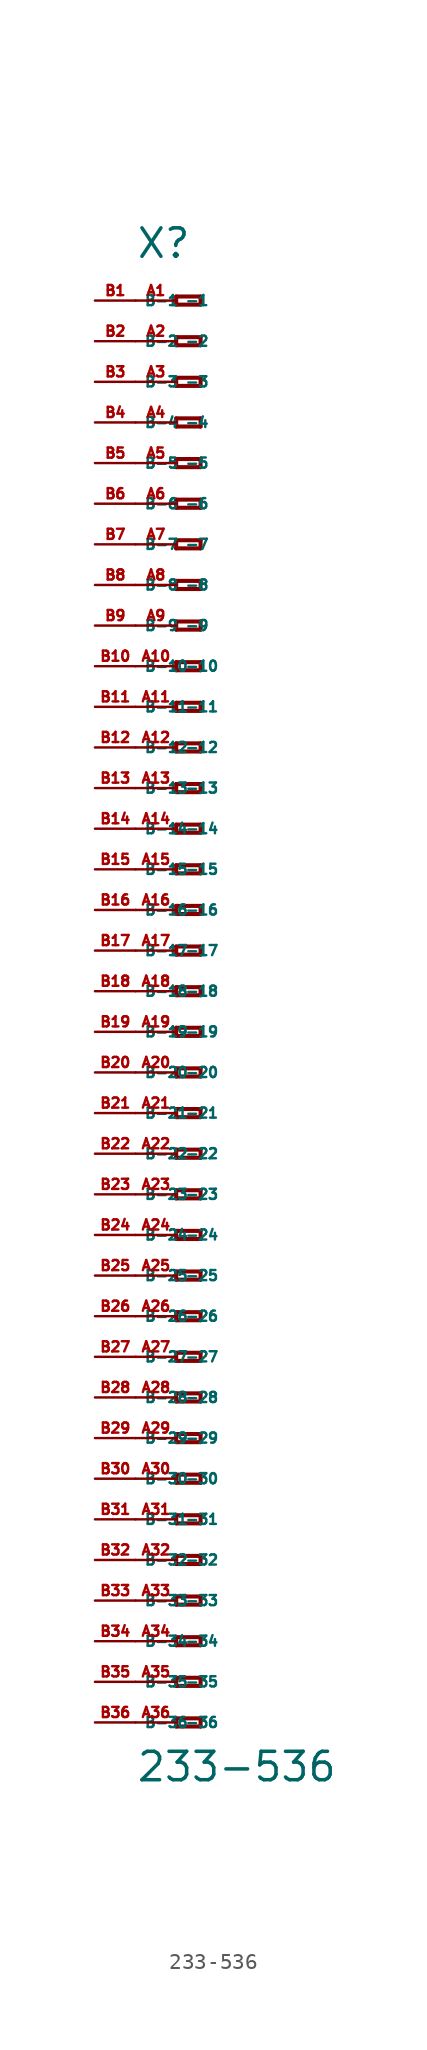
<source format=kicad_sym>
(kicad_symbol_lib
  (version 20220914)
  (generator Eagle2Kicad)
  (symbol "233-536"
    (property "Reference" "X"
      (at -5.08 45.72 0)
      (effects (font (size 1.778 1.778) (thickness 0.22)) (justify left bottom)))
    (property "Value" "233-536"
      (at -5.08 -49.53 0)
      (effects (font (size 1.778 1.778) (thickness 0.22)) (justify left bottom)))
    (polyline
      (pts (xy -2.54 43.434) (xy -2.54 42.926))
      (stroke (width 0.254) (type default))
      (fill (type none)))
    (polyline
      (pts (xy -2.54 42.926) (xy -1.016 42.926))
      (stroke (width 0.254) (type default))
      (fill (type none)))
    (polyline
      (pts (xy -1.016 42.926) (xy -1.016 43.434))
      (stroke (width 0.254) (type default))
      (fill (type none)))
    (polyline
      (pts (xy -1.016 43.434) (xy -2.54 43.434))
      (stroke (width 0.254) (type default))
      (fill (type none)))
    (polyline
      (pts (xy -2.54 40.894) (xy -2.54 40.386))
      (stroke (width 0.254) (type default))
      (fill (type none)))
    (polyline
      (pts (xy -2.54 40.386) (xy -1.016 40.386))
      (stroke (width 0.254) (type default))
      (fill (type none)))
    (polyline
      (pts (xy -1.016 40.386) (xy -1.016 40.894))
      (stroke (width 0.254) (type default))
      (fill (type none)))
    (polyline
      (pts (xy -1.016 40.894) (xy -2.54 40.894))
      (stroke (width 0.254) (type default))
      (fill (type none)))
    (polyline
      (pts (xy -2.54 38.354) (xy -2.54 37.846))
      (stroke (width 0.254) (type default))
      (fill (type none)))
    (polyline
      (pts (xy -2.54 37.846) (xy -1.016 37.846))
      (stroke (width 0.254) (type default))
      (fill (type none)))
    (polyline
      (pts (xy -1.016 37.846) (xy -1.016 38.354))
      (stroke (width 0.254) (type default))
      (fill (type none)))
    (polyline
      (pts (xy -1.016 38.354) (xy -2.54 38.354))
      (stroke (width 0.254) (type default))
      (fill (type none)))
    (polyline
      (pts (xy -2.54 35.814) (xy -2.54 35.306))
      (stroke (width 0.254) (type default))
      (fill (type none)))
    (polyline
      (pts (xy -2.54 35.306) (xy -1.016 35.306))
      (stroke (width 0.254) (type default))
      (fill (type none)))
    (polyline
      (pts (xy -1.016 35.306) (xy -1.016 35.814))
      (stroke (width 0.254) (type default))
      (fill (type none)))
    (polyline
      (pts (xy -1.016 35.814) (xy -2.54 35.814))
      (stroke (width 0.254) (type default))
      (fill (type none)))
    (polyline
      (pts (xy -2.54 33.274) (xy -2.54 32.766))
      (stroke (width 0.254) (type default))
      (fill (type none)))
    (polyline
      (pts (xy -2.54 32.766) (xy -1.016 32.766))
      (stroke (width 0.254) (type default))
      (fill (type none)))
    (polyline
      (pts (xy -1.016 32.766) (xy -1.016 33.274))
      (stroke (width 0.254) (type default))
      (fill (type none)))
    (polyline
      (pts (xy -1.016 33.274) (xy -2.54 33.274))
      (stroke (width 0.254) (type default))
      (fill (type none)))
    (polyline
      (pts (xy -2.54 30.734) (xy -2.54 30.226))
      (stroke (width 0.254) (type default))
      (fill (type none)))
    (polyline
      (pts (xy -2.54 30.226) (xy -1.016 30.226))
      (stroke (width 0.254) (type default))
      (fill (type none)))
    (polyline
      (pts (xy -1.016 30.226) (xy -1.016 30.734))
      (stroke (width 0.254) (type default))
      (fill (type none)))
    (polyline
      (pts (xy -1.016 30.734) (xy -2.54 30.734))
      (stroke (width 0.254) (type default))
      (fill (type none)))
    (polyline
      (pts (xy -2.54 28.194) (xy -2.54 27.686))
      (stroke (width 0.254) (type default))
      (fill (type none)))
    (polyline
      (pts (xy -2.54 27.686) (xy -1.016 27.686))
      (stroke (width 0.254) (type default))
      (fill (type none)))
    (polyline
      (pts (xy -1.016 27.686) (xy -1.016 28.194))
      (stroke (width 0.254) (type default))
      (fill (type none)))
    (polyline
      (pts (xy -1.016 28.194) (xy -2.54 28.194))
      (stroke (width 0.254) (type default))
      (fill (type none)))
    (polyline
      (pts (xy -2.54 25.654) (xy -2.54 25.146))
      (stroke (width 0.254) (type default))
      (fill (type none)))
    (polyline
      (pts (xy -2.54 25.146) (xy -1.016 25.146))
      (stroke (width 0.254) (type default))
      (fill (type none)))
    (polyline
      (pts (xy -1.016 25.146) (xy -1.016 25.654))
      (stroke (width 0.254) (type default))
      (fill (type none)))
    (polyline
      (pts (xy -1.016 25.654) (xy -2.54 25.654))
      (stroke (width 0.254) (type default))
      (fill (type none)))
    (polyline
      (pts (xy -2.54 23.114) (xy -2.54 22.606))
      (stroke (width 0.254) (type default))
      (fill (type none)))
    (polyline
      (pts (xy -2.54 22.606) (xy -1.016 22.606))
      (stroke (width 0.254) (type default))
      (fill (type none)))
    (polyline
      (pts (xy -1.016 22.606) (xy -1.016 23.114))
      (stroke (width 0.254) (type default))
      (fill (type none)))
    (polyline
      (pts (xy -1.016 23.114) (xy -2.54 23.114))
      (stroke (width 0.254) (type default))
      (fill (type none)))
    (polyline
      (pts (xy -2.54 20.574) (xy -2.54 20.066))
      (stroke (width 0.254) (type default))
      (fill (type none)))
    (polyline
      (pts (xy -2.54 20.066) (xy -1.016 20.066))
      (stroke (width 0.254) (type default))
      (fill (type none)))
    (polyline
      (pts (xy -1.016 20.066) (xy -1.016 20.574))
      (stroke (width 0.254) (type default))
      (fill (type none)))
    (polyline
      (pts (xy -1.016 20.574) (xy -2.54 20.574))
      (stroke (width 0.254) (type default))
      (fill (type none)))
    (polyline
      (pts (xy -2.54 18.034) (xy -2.54 17.526))
      (stroke (width 0.254) (type default))
      (fill (type none)))
    (polyline
      (pts (xy -2.54 17.526) (xy -1.016 17.526))
      (stroke (width 0.254) (type default))
      (fill (type none)))
    (polyline
      (pts (xy -1.016 17.526) (xy -1.016 18.034))
      (stroke (width 0.254) (type default))
      (fill (type none)))
    (polyline
      (pts (xy -1.016 18.034) (xy -2.54 18.034))
      (stroke (width 0.254) (type default))
      (fill (type none)))
    (polyline
      (pts (xy -2.54 15.494) (xy -2.54 14.986))
      (stroke (width 0.254) (type default))
      (fill (type none)))
    (polyline
      (pts (xy -2.54 14.986) (xy -1.016 14.986))
      (stroke (width 0.254) (type default))
      (fill (type none)))
    (polyline
      (pts (xy -1.016 14.986) (xy -1.016 15.494))
      (stroke (width 0.254) (type default))
      (fill (type none)))
    (polyline
      (pts (xy -1.016 15.494) (xy -2.54 15.494))
      (stroke (width 0.254) (type default))
      (fill (type none)))
    (polyline
      (pts (xy -2.54 12.954) (xy -2.54 12.446))
      (stroke (width 0.254) (type default))
      (fill (type none)))
    (polyline
      (pts (xy -2.54 12.446) (xy -1.016 12.446))
      (stroke (width 0.254) (type default))
      (fill (type none)))
    (polyline
      (pts (xy -1.016 12.446) (xy -1.016 12.954))
      (stroke (width 0.254) (type default))
      (fill (type none)))
    (polyline
      (pts (xy -1.016 12.954) (xy -2.54 12.954))
      (stroke (width 0.254) (type default))
      (fill (type none)))
    (polyline
      (pts (xy -2.54 10.414) (xy -2.54 9.906))
      (stroke (width 0.254) (type default))
      (fill (type none)))
    (polyline
      (pts (xy -2.54 9.906) (xy -1.016 9.906))
      (stroke (width 0.254) (type default))
      (fill (type none)))
    (polyline
      (pts (xy -1.016 9.906) (xy -1.016 10.414))
      (stroke (width 0.254) (type default))
      (fill (type none)))
    (polyline
      (pts (xy -1.016 10.414) (xy -2.54 10.414))
      (stroke (width 0.254) (type default))
      (fill (type none)))
    (polyline
      (pts (xy -2.54 7.874) (xy -2.54 7.366))
      (stroke (width 0.254) (type default))
      (fill (type none)))
    (polyline
      (pts (xy -2.54 7.366) (xy -1.016 7.366))
      (stroke (width 0.254) (type default))
      (fill (type none)))
    (polyline
      (pts (xy -1.016 7.366) (xy -1.016 7.874))
      (stroke (width 0.254) (type default))
      (fill (type none)))
    (polyline
      (pts (xy -1.016 7.874) (xy -2.54 7.874))
      (stroke (width 0.254) (type default))
      (fill (type none)))
    (polyline
      (pts (xy -2.54 5.334) (xy -2.54 4.826))
      (stroke (width 0.254) (type default))
      (fill (type none)))
    (polyline
      (pts (xy -2.54 4.826) (xy -1.016 4.826))
      (stroke (width 0.254) (type default))
      (fill (type none)))
    (polyline
      (pts (xy -1.016 4.826) (xy -1.016 5.334))
      (stroke (width 0.254) (type default))
      (fill (type none)))
    (polyline
      (pts (xy -1.016 5.334) (xy -2.54 5.334))
      (stroke (width 0.254) (type default))
      (fill (type none)))
    (polyline
      (pts (xy -2.54 2.794) (xy -2.54 2.286))
      (stroke (width 0.254) (type default))
      (fill (type none)))
    (polyline
      (pts (xy -2.54 2.286) (xy -1.016 2.286))
      (stroke (width 0.254) (type default))
      (fill (type none)))
    (polyline
      (pts (xy -1.016 2.286) (xy -1.016 2.794))
      (stroke (width 0.254) (type default))
      (fill (type none)))
    (polyline
      (pts (xy -1.016 2.794) (xy -2.54 2.794))
      (stroke (width 0.254) (type default))
      (fill (type none)))
    (polyline
      (pts (xy -2.54 0.254) (xy -2.54 -0.254))
      (stroke (width 0.254) (type default))
      (fill (type none)))
    (polyline
      (pts (xy -2.54 -0.254) (xy -1.016 -0.254))
      (stroke (width 0.254) (type default))
      (fill (type none)))
    (polyline
      (pts (xy -1.016 -0.254) (xy -1.016 0.254))
      (stroke (width 0.254) (type default))
      (fill (type none)))
    (polyline
      (pts (xy -1.016 0.254) (xy -2.54 0.254))
      (stroke (width 0.254) (type default))
      (fill (type none)))
    (polyline
      (pts (xy -2.54 -2.286) (xy -2.54 -2.794))
      (stroke (width 0.254) (type default))
      (fill (type none)))
    (polyline
      (pts (xy -2.54 -2.794) (xy -1.016 -2.794))
      (stroke (width 0.254) (type default))
      (fill (type none)))
    (polyline
      (pts (xy -1.016 -2.794) (xy -1.016 -2.286))
      (stroke (width 0.254) (type default))
      (fill (type none)))
    (polyline
      (pts (xy -1.016 -2.286) (xy -2.54 -2.286))
      (stroke (width 0.254) (type default))
      (fill (type none)))
    (polyline
      (pts (xy -2.54 -4.826) (xy -2.54 -5.334))
      (stroke (width 0.254) (type default))
      (fill (type none)))
    (polyline
      (pts (xy -2.54 -5.334) (xy -1.016 -5.334))
      (stroke (width 0.254) (type default))
      (fill (type none)))
    (polyline
      (pts (xy -1.016 -5.334) (xy -1.016 -4.826))
      (stroke (width 0.254) (type default))
      (fill (type none)))
    (polyline
      (pts (xy -1.016 -4.826) (xy -2.54 -4.826))
      (stroke (width 0.254) (type default))
      (fill (type none)))
    (polyline
      (pts (xy -2.54 -7.366) (xy -2.54 -7.874))
      (stroke (width 0.254) (type default))
      (fill (type none)))
    (polyline
      (pts (xy -2.54 -7.874) (xy -1.016 -7.874))
      (stroke (width 0.254) (type default))
      (fill (type none)))
    (polyline
      (pts (xy -1.016 -7.874) (xy -1.016 -7.366))
      (stroke (width 0.254) (type default))
      (fill (type none)))
    (polyline
      (pts (xy -1.016 -7.366) (xy -2.54 -7.366))
      (stroke (width 0.254) (type default))
      (fill (type none)))
    (polyline
      (pts (xy -2.54 -9.906) (xy -2.54 -10.414))
      (stroke (width 0.254) (type default))
      (fill (type none)))
    (polyline
      (pts (xy -2.54 -10.414) (xy -1.016 -10.414))
      (stroke (width 0.254) (type default))
      (fill (type none)))
    (polyline
      (pts (xy -1.016 -10.414) (xy -1.016 -9.906))
      (stroke (width 0.254) (type default))
      (fill (type none)))
    (polyline
      (pts (xy -1.016 -9.906) (xy -2.54 -9.906))
      (stroke (width 0.254) (type default))
      (fill (type none)))
    (polyline
      (pts (xy -2.54 -12.446) (xy -2.54 -12.954))
      (stroke (width 0.254) (type default))
      (fill (type none)))
    (polyline
      (pts (xy -2.54 -12.954) (xy -1.016 -12.954))
      (stroke (width 0.254) (type default))
      (fill (type none)))
    (polyline
      (pts (xy -1.016 -12.954) (xy -1.016 -12.446))
      (stroke (width 0.254) (type default))
      (fill (type none)))
    (polyline
      (pts (xy -1.016 -12.446) (xy -2.54 -12.446))
      (stroke (width 0.254) (type default))
      (fill (type none)))
    (polyline
      (pts (xy -2.54 -14.986) (xy -2.54 -15.494))
      (stroke (width 0.254) (type default))
      (fill (type none)))
    (polyline
      (pts (xy -2.54 -15.494) (xy -1.016 -15.494))
      (stroke (width 0.254) (type default))
      (fill (type none)))
    (polyline
      (pts (xy -1.016 -15.494) (xy -1.016 -14.986))
      (stroke (width 0.254) (type default))
      (fill (type none)))
    (polyline
      (pts (xy -1.016 -14.986) (xy -2.54 -14.986))
      (stroke (width 0.254) (type default))
      (fill (type none)))
    (polyline
      (pts (xy -2.54 -17.526) (xy -2.54 -18.034))
      (stroke (width 0.254) (type default))
      (fill (type none)))
    (polyline
      (pts (xy -2.54 -18.034) (xy -1.016 -18.034))
      (stroke (width 0.254) (type default))
      (fill (type none)))
    (polyline
      (pts (xy -1.016 -18.034) (xy -1.016 -17.526))
      (stroke (width 0.254) (type default))
      (fill (type none)))
    (polyline
      (pts (xy -1.016 -17.526) (xy -2.54 -17.526))
      (stroke (width 0.254) (type default))
      (fill (type none)))
    (polyline
      (pts (xy -2.54 -20.066) (xy -2.54 -20.574))
      (stroke (width 0.254) (type default))
      (fill (type none)))
    (polyline
      (pts (xy -2.54 -20.574) (xy -1.016 -20.574))
      (stroke (width 0.254) (type default))
      (fill (type none)))
    (polyline
      (pts (xy -1.016 -20.574) (xy -1.016 -20.066))
      (stroke (width 0.254) (type default))
      (fill (type none)))
    (polyline
      (pts (xy -1.016 -20.066) (xy -2.54 -20.066))
      (stroke (width 0.254) (type default))
      (fill (type none)))
    (polyline
      (pts (xy -2.54 -22.606) (xy -2.54 -23.114))
      (stroke (width 0.254) (type default))
      (fill (type none)))
    (polyline
      (pts (xy -2.54 -23.114) (xy -1.016 -23.114))
      (stroke (width 0.254) (type default))
      (fill (type none)))
    (polyline
      (pts (xy -1.016 -23.114) (xy -1.016 -22.606))
      (stroke (width 0.254) (type default))
      (fill (type none)))
    (polyline
      (pts (xy -1.016 -22.606) (xy -2.54 -22.606))
      (stroke (width 0.254) (type default))
      (fill (type none)))
    (polyline
      (pts (xy -2.54 -25.146) (xy -2.54 -25.654))
      (stroke (width 0.254) (type default))
      (fill (type none)))
    (polyline
      (pts (xy -2.54 -25.654) (xy -1.016 -25.654))
      (stroke (width 0.254) (type default))
      (fill (type none)))
    (polyline
      (pts (xy -1.016 -25.654) (xy -1.016 -25.146))
      (stroke (width 0.254) (type default))
      (fill (type none)))
    (polyline
      (pts (xy -1.016 -25.146) (xy -2.54 -25.146))
      (stroke (width 0.254) (type default))
      (fill (type none)))
    (polyline
      (pts (xy -2.54 -27.686) (xy -2.54 -28.194))
      (stroke (width 0.254) (type default))
      (fill (type none)))
    (polyline
      (pts (xy -2.54 -28.194) (xy -1.016 -28.194))
      (stroke (width 0.254) (type default))
      (fill (type none)))
    (polyline
      (pts (xy -1.016 -28.194) (xy -1.016 -27.686))
      (stroke (width 0.254) (type default))
      (fill (type none)))
    (polyline
      (pts (xy -1.016 -27.686) (xy -2.54 -27.686))
      (stroke (width 0.254) (type default))
      (fill (type none)))
    (polyline
      (pts (xy -2.54 -30.226) (xy -2.54 -30.734))
      (stroke (width 0.254) (type default))
      (fill (type none)))
    (polyline
      (pts (xy -2.54 -30.734) (xy -1.016 -30.734))
      (stroke (width 0.254) (type default))
      (fill (type none)))
    (polyline
      (pts (xy -1.016 -30.734) (xy -1.016 -30.226))
      (stroke (width 0.254) (type default))
      (fill (type none)))
    (polyline
      (pts (xy -1.016 -30.226) (xy -2.54 -30.226))
      (stroke (width 0.254) (type default))
      (fill (type none)))
    (polyline
      (pts (xy -2.54 -32.766) (xy -2.54 -33.274))
      (stroke (width 0.254) (type default))
      (fill (type none)))
    (polyline
      (pts (xy -2.54 -33.274) (xy -1.016 -33.274))
      (stroke (width 0.254) (type default))
      (fill (type none)))
    (polyline
      (pts (xy -1.016 -33.274) (xy -1.016 -32.766))
      (stroke (width 0.254) (type default))
      (fill (type none)))
    (polyline
      (pts (xy -1.016 -32.766) (xy -2.54 -32.766))
      (stroke (width 0.254) (type default))
      (fill (type none)))
    (polyline
      (pts (xy -2.54 -35.306) (xy -2.54 -35.814))
      (stroke (width 0.254) (type default))
      (fill (type none)))
    (polyline
      (pts (xy -2.54 -35.814) (xy -1.016 -35.814))
      (stroke (width 0.254) (type default))
      (fill (type none)))
    (polyline
      (pts (xy -1.016 -35.814) (xy -1.016 -35.306))
      (stroke (width 0.254) (type default))
      (fill (type none)))
    (polyline
      (pts (xy -1.016 -35.306) (xy -2.54 -35.306))
      (stroke (width 0.254) (type default))
      (fill (type none)))
    (polyline
      (pts (xy -2.54 -37.846) (xy -2.54 -38.354))
      (stroke (width 0.254) (type default))
      (fill (type none)))
    (polyline
      (pts (xy -2.54 -38.354) (xy -1.016 -38.354))
      (stroke (width 0.254) (type default))
      (fill (type none)))
    (polyline
      (pts (xy -1.016 -38.354) (xy -1.016 -37.846))
      (stroke (width 0.254) (type default))
      (fill (type none)))
    (polyline
      (pts (xy -1.016 -37.846) (xy -2.54 -37.846))
      (stroke (width 0.254) (type default))
      (fill (type none)))
    (polyline
      (pts (xy -2.54 -40.386) (xy -2.54 -40.894))
      (stroke (width 0.254) (type default))
      (fill (type none)))
    (polyline
      (pts (xy -2.54 -40.894) (xy -1.016 -40.894))
      (stroke (width 0.254) (type default))
      (fill (type none)))
    (polyline
      (pts (xy -1.016 -40.894) (xy -1.016 -40.386))
      (stroke (width 0.254) (type default))
      (fill (type none)))
    (polyline
      (pts (xy -1.016 -40.386) (xy -2.54 -40.386))
      (stroke (width 0.254) (type default))
      (fill (type none)))
    (polyline
      (pts (xy -2.54 -42.926) (xy -2.54 -43.434))
      (stroke (width 0.254) (type default))
      (fill (type none)))
    (polyline
      (pts (xy -2.54 -43.434) (xy -1.016 -43.434))
      (stroke (width 0.254) (type default))
      (fill (type none)))
    (polyline
      (pts (xy -1.016 -43.434) (xy -1.016 -42.926))
      (stroke (width 0.254) (type default))
      (fill (type none)))
    (polyline
      (pts (xy -1.016 -42.926) (xy -2.54 -42.926))
      (stroke (width 0.254) (type default))
      (fill (type none)))
    (polyline
      (pts (xy -2.54 -45.466) (xy -2.54 -45.974))
      (stroke (width 0.254) (type default))
      (fill (type none)))
    (polyline
      (pts (xy -2.54 -45.974) (xy -1.016 -45.974))
      (stroke (width 0.254) (type default))
      (fill (type none)))
    (polyline
      (pts (xy -1.016 -45.974) (xy -1.016 -45.466))
      (stroke (width 0.254) (type default))
      (fill (type none)))
    (polyline
      (pts (xy -1.016 -45.466) (xy -2.54 -45.466))
      (stroke (width 0.254) (type default))
      (fill (type none)))
    (pin passive line
      (at -5.08 43.18 0)
      (length 2.54)
      (name "-1" (effects (font (size 0.635 0.635) (thickness 0.08)) (justify left bottom)))
      (number "A1" (effects (font (size 0.635 0.635) (thickness 0.08)) (justify left bottom))))
    (pin passive line
      (at -5.08 40.64 0)
      (length 2.54)
      (name "-2" (effects (font (size 0.635 0.635) (thickness 0.08)) (justify left bottom)))
      (number "A2" (effects (font (size 0.635 0.635) (thickness 0.08)) (justify left bottom))))
    (pin passive line
      (at -5.08 38.1 0)
      (length 2.54)
      (name "-3" (effects (font (size 0.635 0.635) (thickness 0.08)) (justify left bottom)))
      (number "A3" (effects (font (size 0.635 0.635) (thickness 0.08)) (justify left bottom))))
    (pin passive line
      (at -5.08 35.56 0)
      (length 2.54)
      (name "-4" (effects (font (size 0.635 0.635) (thickness 0.08)) (justify left bottom)))
      (number "A4" (effects (font (size 0.635 0.635) (thickness 0.08)) (justify left bottom))))
    (pin passive line
      (at -5.08 33.02 0)
      (length 2.54)
      (name "-5" (effects (font (size 0.635 0.635) (thickness 0.08)) (justify left bottom)))
      (number "A5" (effects (font (size 0.635 0.635) (thickness 0.08)) (justify left bottom))))
    (pin passive line
      (at -5.08 30.48 0)
      (length 2.54)
      (name "-6" (effects (font (size 0.635 0.635) (thickness 0.08)) (justify left bottom)))
      (number "A6" (effects (font (size 0.635 0.635) (thickness 0.08)) (justify left bottom))))
    (pin passive line
      (at -5.08 27.94 0)
      (length 2.54)
      (name "-7" (effects (font (size 0.635 0.635) (thickness 0.08)) (justify left bottom)))
      (number "A7" (effects (font (size 0.635 0.635) (thickness 0.08)) (justify left bottom))))
    (pin passive line
      (at -5.08 25.4 0)
      (length 2.54)
      (name "-8" (effects (font (size 0.635 0.635) (thickness 0.08)) (justify left bottom)))
      (number "A8" (effects (font (size 0.635 0.635) (thickness 0.08)) (justify left bottom))))
    (pin passive line
      (at -5.08 22.86 0)
      (length 2.54)
      (name "-9" (effects (font (size 0.635 0.635) (thickness 0.08)) (justify left bottom)))
      (number "A9" (effects (font (size 0.635 0.635) (thickness 0.08)) (justify left bottom))))
    (pin passive line
      (at -5.08 20.32 0)
      (length 2.54)
      (name "-10" (effects (font (size 0.635 0.635) (thickness 0.08)) (justify left bottom)))
      (number "A10" (effects (font (size 0.635 0.635) (thickness 0.08)) (justify left bottom))))
    (pin passive line
      (at -5.08 17.78 0)
      (length 2.54)
      (name "-11" (effects (font (size 0.635 0.635) (thickness 0.08)) (justify left bottom)))
      (number "A11" (effects (font (size 0.635 0.635) (thickness 0.08)) (justify left bottom))))
    (pin passive line
      (at -5.08 15.24 0)
      (length 2.54)
      (name "-12" (effects (font (size 0.635 0.635) (thickness 0.08)) (justify left bottom)))
      (number "A12" (effects (font (size 0.635 0.635) (thickness 0.08)) (justify left bottom))))
    (pin passive line
      (at -5.08 12.7 0)
      (length 2.54)
      (name "-13" (effects (font (size 0.635 0.635) (thickness 0.08)) (justify left bottom)))
      (number "A13" (effects (font (size 0.635 0.635) (thickness 0.08)) (justify left bottom))))
    (pin passive line
      (at -5.08 10.16 0)
      (length 2.54)
      (name "-14" (effects (font (size 0.635 0.635) (thickness 0.08)) (justify left bottom)))
      (number "A14" (effects (font (size 0.635 0.635) (thickness 0.08)) (justify left bottom))))
    (pin passive line
      (at -5.08 7.62 0)
      (length 2.54)
      (name "-15" (effects (font (size 0.635 0.635) (thickness 0.08)) (justify left bottom)))
      (number "A15" (effects (font (size 0.635 0.635) (thickness 0.08)) (justify left bottom))))
    (pin passive line
      (at -5.08 5.08 0)
      (length 2.54)
      (name "-16" (effects (font (size 0.635 0.635) (thickness 0.08)) (justify left bottom)))
      (number "A16" (effects (font (size 0.635 0.635) (thickness 0.08)) (justify left bottom))))
    (pin passive line
      (at -5.08 2.54 0)
      (length 2.54)
      (name "-17" (effects (font (size 0.635 0.635) (thickness 0.08)) (justify left bottom)))
      (number "A17" (effects (font (size 0.635 0.635) (thickness 0.08)) (justify left bottom))))
    (pin passive line
      (at -5.08 0 0)
      (length 2.54)
      (name "-18" (effects (font (size 0.635 0.635) (thickness 0.08)) (justify left bottom)))
      (number "A18" (effects (font (size 0.635 0.635) (thickness 0.08)) (justify left bottom))))
    (pin passive line
      (at -5.08 -2.54 0)
      (length 2.54)
      (name "-19" (effects (font (size 0.635 0.635) (thickness 0.08)) (justify left bottom)))
      (number "A19" (effects (font (size 0.635 0.635) (thickness 0.08)) (justify left bottom))))
    (pin passive line
      (at -5.08 -5.08 0)
      (length 2.54)
      (name "-20" (effects (font (size 0.635 0.635) (thickness 0.08)) (justify left bottom)))
      (number "A20" (effects (font (size 0.635 0.635) (thickness 0.08)) (justify left bottom))))
    (pin passive line
      (at -5.08 -7.62 0)
      (length 2.54)
      (name "-21" (effects (font (size 0.635 0.635) (thickness 0.08)) (justify left bottom)))
      (number "A21" (effects (font (size 0.635 0.635) (thickness 0.08)) (justify left bottom))))
    (pin passive line
      (at -5.08 -10.16 0)
      (length 2.54)
      (name "-22" (effects (font (size 0.635 0.635) (thickness 0.08)) (justify left bottom)))
      (number "A22" (effects (font (size 0.635 0.635) (thickness 0.08)) (justify left bottom))))
    (pin passive line
      (at -5.08 -12.7 0)
      (length 2.54)
      (name "-23" (effects (font (size 0.635 0.635) (thickness 0.08)) (justify left bottom)))
      (number "A23" (effects (font (size 0.635 0.635) (thickness 0.08)) (justify left bottom))))
    (pin passive line
      (at -5.08 -15.24 0)
      (length 2.54)
      (name "-24" (effects (font (size 0.635 0.635) (thickness 0.08)) (justify left bottom)))
      (number "A24" (effects (font (size 0.635 0.635) (thickness 0.08)) (justify left bottom))))
    (pin passive line
      (at -5.08 -17.78 0)
      (length 2.54)
      (name "-25" (effects (font (size 0.635 0.635) (thickness 0.08)) (justify left bottom)))
      (number "A25" (effects (font (size 0.635 0.635) (thickness 0.08)) (justify left bottom))))
    (pin passive line
      (at -5.08 -20.32 0)
      (length 2.54)
      (name "-26" (effects (font (size 0.635 0.635) (thickness 0.08)) (justify left bottom)))
      (number "A26" (effects (font (size 0.635 0.635) (thickness 0.08)) (justify left bottom))))
    (pin passive line
      (at -5.08 -22.86 0)
      (length 2.54)
      (name "-27" (effects (font (size 0.635 0.635) (thickness 0.08)) (justify left bottom)))
      (number "A27" (effects (font (size 0.635 0.635) (thickness 0.08)) (justify left bottom))))
    (pin passive line
      (at -5.08 -25.4 0)
      (length 2.54)
      (name "-28" (effects (font (size 0.635 0.635) (thickness 0.08)) (justify left bottom)))
      (number "A28" (effects (font (size 0.635 0.635) (thickness 0.08)) (justify left bottom))))
    (pin passive line
      (at -5.08 -27.94 0)
      (length 2.54)
      (name "-29" (effects (font (size 0.635 0.635) (thickness 0.08)) (justify left bottom)))
      (number "A29" (effects (font (size 0.635 0.635) (thickness 0.08)) (justify left bottom))))
    (pin passive line
      (at -5.08 -30.48 0)
      (length 2.54)
      (name "-30" (effects (font (size 0.635 0.635) (thickness 0.08)) (justify left bottom)))
      (number "A30" (effects (font (size 0.635 0.635) (thickness 0.08)) (justify left bottom))))
    (pin passive line
      (at -5.08 -33.02 0)
      (length 2.54)
      (name "-31" (effects (font (size 0.635 0.635) (thickness 0.08)) (justify left bottom)))
      (number "A31" (effects (font (size 0.635 0.635) (thickness 0.08)) (justify left bottom))))
    (pin passive line
      (at -5.08 -35.56 0)
      (length 2.54)
      (name "-32" (effects (font (size 0.635 0.635) (thickness 0.08)) (justify left bottom)))
      (number "A32" (effects (font (size 0.635 0.635) (thickness 0.08)) (justify left bottom))))
    (pin passive line
      (at -5.08 -38.1 0)
      (length 2.54)
      (name "-33" (effects (font (size 0.635 0.635) (thickness 0.08)) (justify left bottom)))
      (number "A33" (effects (font (size 0.635 0.635) (thickness 0.08)) (justify left bottom))))
    (pin passive line
      (at -5.08 -40.64 0)
      (length 2.54)
      (name "-34" (effects (font (size 0.635 0.635) (thickness 0.08)) (justify left bottom)))
      (number "A34" (effects (font (size 0.635 0.635) (thickness 0.08)) (justify left bottom))))
    (pin passive line
      (at -5.08 -43.18 0)
      (length 2.54)
      (name "-35" (effects (font (size 0.635 0.635) (thickness 0.08)) (justify left bottom)))
      (number "A35" (effects (font (size 0.635 0.635) (thickness 0.08)) (justify left bottom))))
    (pin passive line
      (at -5.08 -45.72 0)
      (length 2.54)
      (name "-36" (effects (font (size 0.635 0.635) (thickness 0.08)) (justify left bottom)))
      (number "A36" (effects (font (size 0.635 0.635) (thickness 0.08)) (justify left bottom))))
    (pin passive line
      (at -7.62 -45.72 0)
      (length 2.54)
      (name "B-36" (effects (font (size 0.635 0.635) (thickness 0.08)) (justify left bottom)))
      (number "B36" (effects (font (size 0.635 0.635) (thickness 0.08)) (justify left bottom))))
    (pin passive line
      (at -7.62 43.18 0)
      (length 2.54)
      (name "B-1" (effects (font (size 0.635 0.635) (thickness 0.08)) (justify left bottom)))
      (number "B1" (effects (font (size 0.635 0.635) (thickness 0.08)) (justify left bottom))))
    (pin passive line
      (at -7.62 40.64 0)
      (length 2.54)
      (name "B-2" (effects (font (size 0.635 0.635) (thickness 0.08)) (justify left bottom)))
      (number "B2" (effects (font (size 0.635 0.635) (thickness 0.08)) (justify left bottom))))
    (pin passive line
      (at -7.62 38.1 0)
      (length 2.54)
      (name "B-3" (effects (font (size 0.635 0.635) (thickness 0.08)) (justify left bottom)))
      (number "B3" (effects (font (size 0.635 0.635) (thickness 0.08)) (justify left bottom))))
    (pin passive line
      (at -7.62 35.56 0)
      (length 2.54)
      (name "B-4" (effects (font (size 0.635 0.635) (thickness 0.08)) (justify left bottom)))
      (number "B4" (effects (font (size 0.635 0.635) (thickness 0.08)) (justify left bottom))))
    (pin passive line
      (at -7.62 33.02 0)
      (length 2.54)
      (name "B-5" (effects (font (size 0.635 0.635) (thickness 0.08)) (justify left bottom)))
      (number "B5" (effects (font (size 0.635 0.635) (thickness 0.08)) (justify left bottom))))
    (pin passive line
      (at -7.62 30.48 0)
      (length 2.54)
      (name "B-6" (effects (font (size 0.635 0.635) (thickness 0.08)) (justify left bottom)))
      (number "B6" (effects (font (size 0.635 0.635) (thickness 0.08)) (justify left bottom))))
    (pin passive line
      (at -7.62 27.94 0)
      (length 2.54)
      (name "B-7" (effects (font (size 0.635 0.635) (thickness 0.08)) (justify left bottom)))
      (number "B7" (effects (font (size 0.635 0.635) (thickness 0.08)) (justify left bottom))))
    (pin passive line
      (at -7.62 25.4 0)
      (length 2.54)
      (name "B-8" (effects (font (size 0.635 0.635) (thickness 0.08)) (justify left bottom)))
      (number "B8" (effects (font (size 0.635 0.635) (thickness 0.08)) (justify left bottom))))
    (pin passive line
      (at -7.62 22.86 0)
      (length 2.54)
      (name "B-9" (effects (font (size 0.635 0.635) (thickness 0.08)) (justify left bottom)))
      (number "B9" (effects (font (size 0.635 0.635) (thickness 0.08)) (justify left bottom))))
    (pin passive line
      (at -7.62 20.32 0)
      (length 2.54)
      (name "B-10" (effects (font (size 0.635 0.635) (thickness 0.08)) (justify left bottom)))
      (number "B10" (effects (font (size 0.635 0.635) (thickness 0.08)) (justify left bottom))))
    (pin passive line
      (at -7.62 17.78 0)
      (length 2.54)
      (name "B-11" (effects (font (size 0.635 0.635) (thickness 0.08)) (justify left bottom)))
      (number "B11" (effects (font (size 0.635 0.635) (thickness 0.08)) (justify left bottom))))
    (pin passive line
      (at -7.62 15.24 0)
      (length 2.54)
      (name "B-12" (effects (font (size 0.635 0.635) (thickness 0.08)) (justify left bottom)))
      (number "B12" (effects (font (size 0.635 0.635) (thickness 0.08)) (justify left bottom))))
    (pin passive line
      (at -7.62 12.7 0)
      (length 2.54)
      (name "B-13" (effects (font (size 0.635 0.635) (thickness 0.08)) (justify left bottom)))
      (number "B13" (effects (font (size 0.635 0.635) (thickness 0.08)) (justify left bottom))))
    (pin passive line
      (at -7.62 10.16 0)
      (length 2.54)
      (name "B-14" (effects (font (size 0.635 0.635) (thickness 0.08)) (justify left bottom)))
      (number "B14" (effects (font (size 0.635 0.635) (thickness 0.08)) (justify left bottom))))
    (pin passive line
      (at -7.62 7.62 0)
      (length 2.54)
      (name "B-15" (effects (font (size 0.635 0.635) (thickness 0.08)) (justify left bottom)))
      (number "B15" (effects (font (size 0.635 0.635) (thickness 0.08)) (justify left bottom))))
    (pin passive line
      (at -7.62 5.08 0)
      (length 2.54)
      (name "B-16" (effects (font (size 0.635 0.635) (thickness 0.08)) (justify left bottom)))
      (number "B16" (effects (font (size 0.635 0.635) (thickness 0.08)) (justify left bottom))))
    (pin passive line
      (at -7.62 2.54 0)
      (length 2.54)
      (name "B-17" (effects (font (size 0.635 0.635) (thickness 0.08)) (justify left bottom)))
      (number "B17" (effects (font (size 0.635 0.635) (thickness 0.08)) (justify left bottom))))
    (pin passive line
      (at -7.62 0 0)
      (length 2.54)
      (name "B-18" (effects (font (size 0.635 0.635) (thickness 0.08)) (justify left bottom)))
      (number "B18" (effects (font (size 0.635 0.635) (thickness 0.08)) (justify left bottom))))
    (pin passive line
      (at -7.62 -2.54 0)
      (length 2.54)
      (name "B-19" (effects (font (size 0.635 0.635) (thickness 0.08)) (justify left bottom)))
      (number "B19" (effects (font (size 0.635 0.635) (thickness 0.08)) (justify left bottom))))
    (pin passive line
      (at -7.62 -5.08 0)
      (length 2.54)
      (name "B-20" (effects (font (size 0.635 0.635) (thickness 0.08)) (justify left bottom)))
      (number "B20" (effects (font (size 0.635 0.635) (thickness 0.08)) (justify left bottom))))
    (pin passive line
      (at -7.62 -7.62 0)
      (length 2.54)
      (name "B-21" (effects (font (size 0.635 0.635) (thickness 0.08)) (justify left bottom)))
      (number "B21" (effects (font (size 0.635 0.635) (thickness 0.08)) (justify left bottom))))
    (pin passive line
      (at -7.62 -10.16 0)
      (length 2.54)
      (name "B-22" (effects (font (size 0.635 0.635) (thickness 0.08)) (justify left bottom)))
      (number "B22" (effects (font (size 0.635 0.635) (thickness 0.08)) (justify left bottom))))
    (pin passive line
      (at -7.62 -12.7 0)
      (length 2.54)
      (name "B-23" (effects (font (size 0.635 0.635) (thickness 0.08)) (justify left bottom)))
      (number "B23" (effects (font (size 0.635 0.635) (thickness 0.08)) (justify left bottom))))
    (pin passive line
      (at -7.62 -15.24 0)
      (length 2.54)
      (name "B-24" (effects (font (size 0.635 0.635) (thickness 0.08)) (justify left bottom)))
      (number "B24" (effects (font (size 0.635 0.635) (thickness 0.08)) (justify left bottom))))
    (pin passive line
      (at -7.62 -17.78 0)
      (length 2.54)
      (name "B-25" (effects (font (size 0.635 0.635) (thickness 0.08)) (justify left bottom)))
      (number "B25" (effects (font (size 0.635 0.635) (thickness 0.08)) (justify left bottom))))
    (pin passive line
      (at -7.62 -20.32 0)
      (length 2.54)
      (name "B-26" (effects (font (size 0.635 0.635) (thickness 0.08)) (justify left bottom)))
      (number "B26" (effects (font (size 0.635 0.635) (thickness 0.08)) (justify left bottom))))
    (pin passive line
      (at -7.62 -22.86 0)
      (length 2.54)
      (name "B-27" (effects (font (size 0.635 0.635) (thickness 0.08)) (justify left bottom)))
      (number "B27" (effects (font (size 0.635 0.635) (thickness 0.08)) (justify left bottom))))
    (pin passive line
      (at -7.62 -25.4 0)
      (length 2.54)
      (name "B-28" (effects (font (size 0.635 0.635) (thickness 0.08)) (justify left bottom)))
      (number "B28" (effects (font (size 0.635 0.635) (thickness 0.08)) (justify left bottom))))
    (pin passive line
      (at -7.62 -27.94 0)
      (length 2.54)
      (name "B-29" (effects (font (size 0.635 0.635) (thickness 0.08)) (justify left bottom)))
      (number "B29" (effects (font (size 0.635 0.635) (thickness 0.08)) (justify left bottom))))
    (pin passive line
      (at -7.62 -30.48 0)
      (length 2.54)
      (name "B-30" (effects (font (size 0.635 0.635) (thickness 0.08)) (justify left bottom)))
      (number "B30" (effects (font (size 0.635 0.635) (thickness 0.08)) (justify left bottom))))
    (pin passive line
      (at -7.62 -33.02 0)
      (length 2.54)
      (name "B-31" (effects (font (size 0.635 0.635) (thickness 0.08)) (justify left bottom)))
      (number "B31" (effects (font (size 0.635 0.635) (thickness 0.08)) (justify left bottom))))
    (pin passive line
      (at -7.62 -35.56 0)
      (length 2.54)
      (name "B-32" (effects (font (size 0.635 0.635) (thickness 0.08)) (justify left bottom)))
      (number "B32" (effects (font (size 0.635 0.635) (thickness 0.08)) (justify left bottom))))
    (pin passive line
      (at -7.62 -38.1 0)
      (length 2.54)
      (name "B-33" (effects (font (size 0.635 0.635) (thickness 0.08)) (justify left bottom)))
      (number "B33" (effects (font (size 0.635 0.635) (thickness 0.08)) (justify left bottom))))
    (pin passive line
      (at -7.62 -40.64 0)
      (length 2.54)
      (name "B-34" (effects (font (size 0.635 0.635) (thickness 0.08)) (justify left bottom)))
      (number "B34" (effects (font (size 0.635 0.635) (thickness 0.08)) (justify left bottom))))
    (pin passive line
      (at -7.62 -43.18 0)
      (length 2.54)
      (name "B-35" (effects (font (size 0.635 0.635) (thickness 0.08)) (justify left bottom)))
      (number "B35" (effects (font (size 0.635 0.635) (thickness 0.08)) (justify left bottom))))))
</source>
